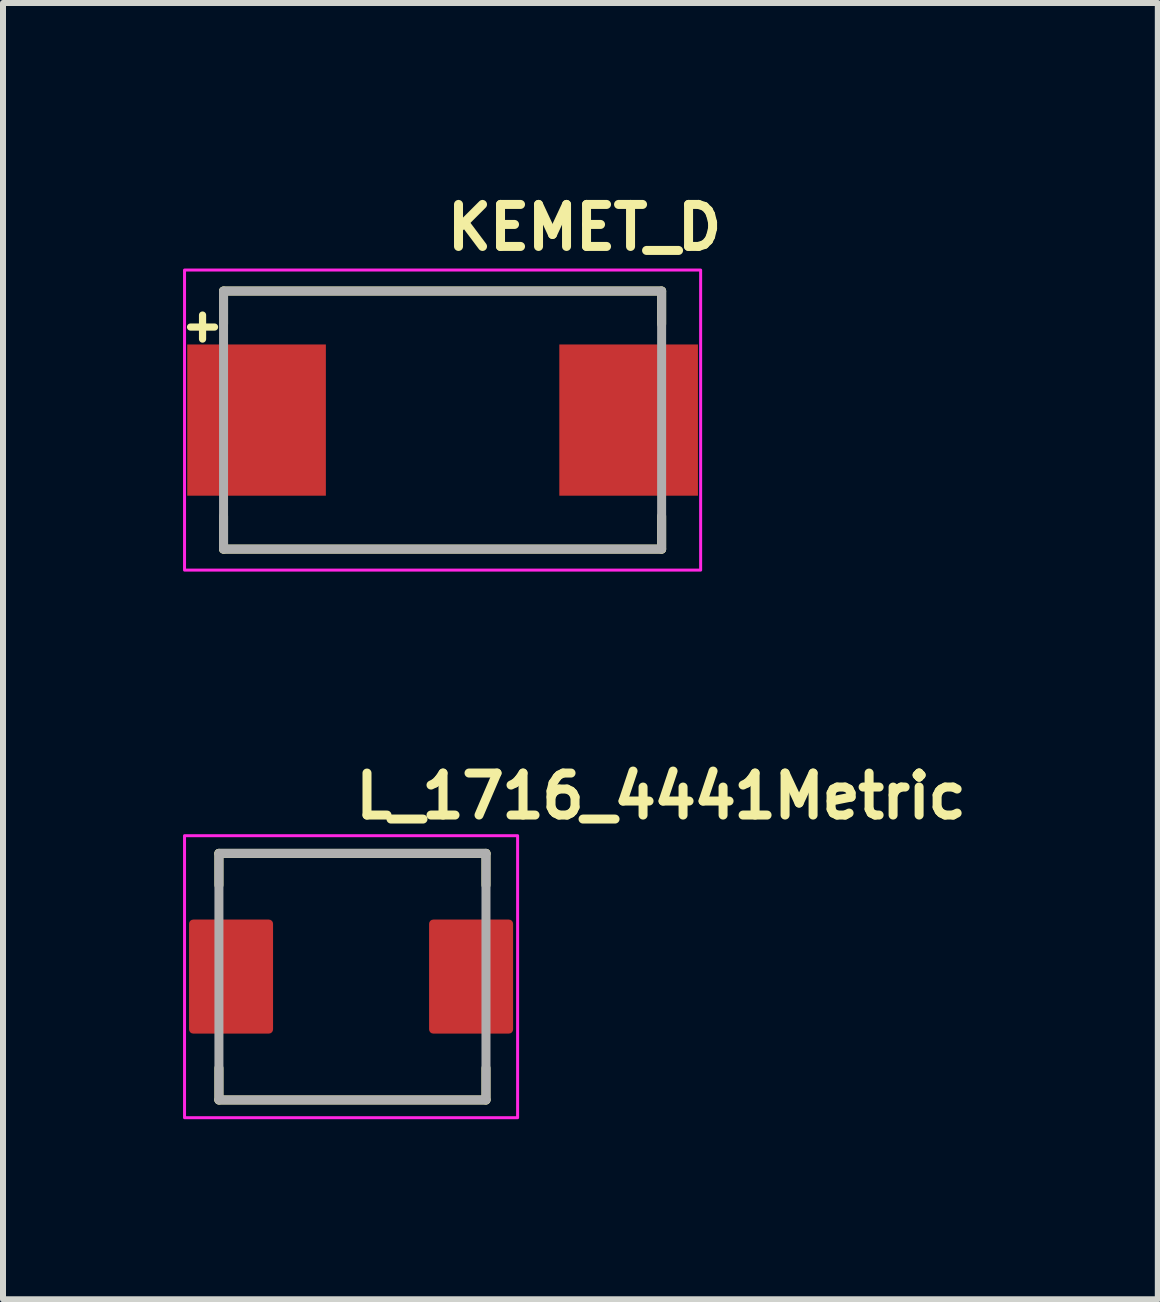
<source format=kicad_pcb>
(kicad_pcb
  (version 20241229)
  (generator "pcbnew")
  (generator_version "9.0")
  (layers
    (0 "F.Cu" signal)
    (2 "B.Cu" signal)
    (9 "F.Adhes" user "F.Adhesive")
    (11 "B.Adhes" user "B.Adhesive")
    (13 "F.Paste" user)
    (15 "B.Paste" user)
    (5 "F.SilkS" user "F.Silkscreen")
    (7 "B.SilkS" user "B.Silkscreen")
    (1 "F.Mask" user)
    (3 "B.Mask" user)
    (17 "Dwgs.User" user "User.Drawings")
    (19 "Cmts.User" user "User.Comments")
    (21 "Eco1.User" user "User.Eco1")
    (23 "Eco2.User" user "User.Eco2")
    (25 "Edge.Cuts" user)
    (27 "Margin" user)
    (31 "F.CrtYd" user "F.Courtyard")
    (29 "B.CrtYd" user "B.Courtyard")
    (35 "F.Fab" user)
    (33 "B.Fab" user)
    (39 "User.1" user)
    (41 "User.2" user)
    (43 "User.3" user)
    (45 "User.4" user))
  (footprint "L_1716_4441Metric"
    (layer "F.Cu")
    (at 2.8 13.225)
    (property "Reference" "L_1716_4441Metric" (at 0 -2.6 0) (layer "F.SilkS") (effects (font (size 0.7 0.7) (thickness 0.15)) (justify left bottom)))
    (attr smd)
    (fp_line (start -2.202 -2.055) (end 2.248 -2.055) (stroke (width 0.15) (type solid)) (layer "F.SilkS"))
    (fp_line (start -2.202 -1.526) (end -2.202 -2.055) (stroke (width 0.15) (type solid)) (layer "F.SilkS"))
    (fp_line (start -2.202 2.054) (end -2.202 1.524) (stroke (width 0.15) (type solid)) (layer "F.SilkS"))
    (fp_line (start -2.202 2.054) (end 2.248 2.054) (stroke (width 0.15) (type solid)) (layer "F.SilkS"))
    (fp_line (start 2.248 -2.055) (end 2.248 -1.526) (stroke (width 0.15) (type solid)) (layer "F.SilkS"))
    (fp_line (start 2.248 2.054) (end 2.248 1.524) (stroke (width 0.15) (type solid)) (layer "F.SilkS"))
    (fp_rect (start -2.775 -2.35) (end 2.775 2.35) (stroke (width 0.05) (type solid)) (fill no) (layer "F.CrtYd"))
    (fp_line (start -2.202 -2.055) (end 2.248 -2.055) (stroke (width 0.15) (type solid)) (layer "F.Fab"))
    (fp_line (start -2.202 2.03) (end -2.202 -2.03) (stroke (width 0.15) (type solid)) (layer "F.Fab"))
    (fp_line (start 2.248 -2.03) (end 2.248 2.03) (stroke (width 0.15) (type solid)) (layer "F.Fab"))
    (fp_line (start 2.248 2.054) (end -2.202 2.054) (stroke (width 0.15) (type solid)) (layer "F.Fab"))
    (fp_rect (start -2.202 -2.101) (end 2.2 2.1) (stroke (width 0.1) (type solid)) (fill no) (layer "User.5"))
    (fp_line (start -2.202 -1.002) (end -2.202 -0.33) (stroke (width 0.02) (type solid)) (layer "User.9"))
    (fp_line (start -2.202 -0.33) (end -2.202 0.058) (stroke (width 0.02) (type solid)) (layer "User.9"))
    (fp_line (start -2.202 -0.33) (end -2.101 -0.33) (stroke (width 0.02) (type solid)) (layer "User.9"))
    (fp_line (start -2.202 0.058) (end -2.202 0.998) (stroke (width 0.02) (type solid)) (layer "User.9"))
    (fp_line (start -2.202 0.998) (end -2.202 0.058) (stroke (width 0.02) (type solid)) (layer "User.9"))
    (fp_line (start -2.202 0.998) (end -2.101 0.998) (stroke (width 0.02) (type solid)) (layer "User.9"))
    (fp_line (start -2.101 -1.815) (end -2.101 -1.801) (stroke (width 0.02) (type solid)) (layer "User.9"))
    (fp_line (start -2.101 -1.002) (end -2.202 -1.002) (stroke (width 0.02) (type solid)) (layer "User.9"))
    (fp_line (start -2.101 0.058) (end -2.202 0.058) (stroke (width 0.02) (type solid)) (layer "User.9"))
    (fp_line (start -2.101 1.8) (end -2.101 -1.801) (stroke (width 0.02) (type solid)) (layer "User.9"))
    (fp_line (start -2.101 1.8) (end -2.101 1.814) (stroke (width 0.02) (type solid)) (layer "User.9"))
    (fp_line (start -2.101 1.814) (end -2.1 1.828) (stroke (width 0.02) (type solid)) (layer "User.9"))
    (fp_line (start -2.1 -1.831) (end -2.101 -1.815) (stroke (width 0.02) (type solid)) (layer "User.9"))
    (fp_line (start -2.1 1.828) (end -2.097 1.844) (stroke (width 0.02) (type solid)) (layer "User.9"))
    (fp_line (start -2.097 -1.845) (end -2.1 -1.831) (stroke (width 0.02) (type solid)) (layer "User.9"))
    (fp_line (start -2.097 1.844) (end -2.096 1.858) (stroke (width 0.02) (type solid)) (layer "User.9"))
    (fp_line (start -2.096 -1.859) (end -2.097 -1.845) (stroke (width 0.02) (type solid)) (layer "User.9"))
    (fp_line (start -2.096 1.858) (end -2.092 1.872) (stroke (width 0.02) (type solid)) (layer "User.9"))
    (fp_line (start -2.092 -1.875) (end -2.096 -1.859) (stroke (width 0.02) (type solid)) (layer "User.9"))
    (fp_line (start -2.092 1.872) (end -2.089 1.886) (stroke (width 0.02) (type solid)) (layer "User.9"))
    (fp_line (start -2.089 -1.889) (end -2.092 -1.875) (stroke (width 0.02) (type solid)) (layer "User.9"))
    (fp_line (start -2.089 1.886) (end -2.084 1.9) (stroke (width 0.02) (type solid)) (layer "User.9"))
    (fp_line (start -2.084 -1.903) (end -2.089 -1.889) (stroke (width 0.02) (type solid)) (layer "User.9"))
    (fp_line (start -2.084 1.9) (end -2.078 1.914) (stroke (width 0.02) (type solid)) (layer "User.9"))
    (fp_line (start -2.078 -1.915) (end -2.084 -1.903) (stroke (width 0.02) (type solid)) (layer "User.9"))
    (fp_line (start -2.078 1.914) (end -2.073 1.927) (stroke (width 0.02) (type solid)) (layer "User.9"))
    (fp_line (start -2.073 -1.93) (end -2.078 -1.915) (stroke (width 0.02) (type solid)) (layer "User.9"))
    (fp_line (start -2.073 1.927) (end -2.065 1.941) (stroke (width 0.02) (type solid)) (layer "User.9"))
    (fp_line (start -2.065 -1.942) (end -2.073 -1.93) (stroke (width 0.02) (type solid)) (layer "User.9"))
    (fp_line (start -2.065 1.941) (end -2.058 1.953) (stroke (width 0.02) (type solid)) (layer "User.9"))
    (fp_line (start -2.058 -1.956) (end -2.065 -1.942) (stroke (width 0.02) (type solid)) (layer "User.9"))
    (fp_line (start -2.058 1.953) (end -2.05 1.965) (stroke (width 0.02) (type solid)) (layer "User.9"))
    (fp_line (start -2.05 -1.968) (end -2.058 -1.956) (stroke (width 0.02) (type solid)) (layer "User.9"))
    (fp_line (start -2.05 1.965) (end -2.043 1.977) (stroke (width 0.02) (type solid)) (layer "User.9"))
    (fp_line (start -2.043 -1.98) (end -2.05 -1.968) (stroke (width 0.02) (type solid)) (layer "User.9"))
    (fp_line (start -2.043 1.977) (end -2.033 1.989) (stroke (width 0.02) (type solid)) (layer "User.9"))
    (fp_line (start -2.033 -1.992) (end -2.043 -1.98) (stroke (width 0.02) (type solid)) (layer "User.9"))
    (fp_line (start -2.033 1.989) (end -2.024 2) (stroke (width 0.02) (type solid)) (layer "User.9"))
    (fp_line (start -2.024 -2.003) (end -2.033 -1.992) (stroke (width 0.02) (type solid)) (layer "User.9"))
    (fp_line (start -2.024 2) (end -2.013 2.011) (stroke (width 0.02) (type solid)) (layer "User.9"))
    (fp_line (start -2.013 -2.013) (end -2.024 -2.003) (stroke (width 0.02) (type solid)) (layer "User.9"))
    (fp_line (start -2.013 -2.013) (end -2.013 -2.013) (stroke (width 0.02) (type solid)) (layer "User.9"))
    (fp_line (start -2.013 2.011) (end -2.013 2.011) (stroke (width 0.02) (type solid)) (layer "User.9"))
    (fp_line (start -2.013 2.011) (end -2.003 2.022) (stroke (width 0.02) (type solid)) (layer "User.9"))
    (fp_line (start -2.003 -2.024) (end -2.013 -2.013) (stroke (width 0.02) (type solid)) (layer "User.9"))
    (fp_line (start -2.003 2.022) (end -1.992 2.031) (stroke (width 0.02) (type solid)) (layer "User.9"))
    (fp_line (start -1.992 -2.033) (end -2.003 -2.024) (stroke (width 0.02) (type solid)) (layer "User.9"))
    (fp_line (start -1.992 2.031) (end -1.98 2.04) (stroke (width 0.02) (type solid)) (layer "User.9"))
    (fp_line (start -1.98 -2.043) (end -1.992 -2.033) (stroke (width 0.02) (type solid)) (layer "User.9"))
    (fp_line (start -1.98 2.04) (end -1.968 2.048) (stroke (width 0.02) (type solid)) (layer "User.9"))
    (fp_line (start -1.968 -2.05) (end -1.98 -2.043) (stroke (width 0.02) (type solid)) (layer "User.9"))
    (fp_line (start -1.968 2.048) (end -1.956 2.056) (stroke (width 0.02) (type solid)) (layer "User.9"))
    (fp_line (start -1.956 -2.058) (end -1.968 -2.05) (stroke (width 0.02) (type solid)) (layer "User.9"))
    (fp_line (start -1.956 2.056) (end -1.942 2.064) (stroke (width 0.02) (type solid)) (layer "User.9"))
    (fp_line (start -1.942 -2.065) (end -1.956 -2.058) (stroke (width 0.02) (type solid)) (layer "User.9"))
    (fp_line (start -1.942 2.064) (end -1.93 2.071) (stroke (width 0.02) (type solid)) (layer "User.9"))
    (fp_line (start -1.93 -2.073) (end -1.942 -2.065) (stroke (width 0.02) (type solid)) (layer "User.9"))
    (fp_line (start -1.93 2.071) (end -1.915 2.076) (stroke (width 0.02) (type solid)) (layer "User.9"))
    (fp_line (start -1.915 -2.078) (end -1.93 -2.073) (stroke (width 0.02) (type solid)) (layer "User.9"))
    (fp_line (start -1.915 2.076) (end -1.903 2.081) (stroke (width 0.02) (type solid)) (layer "User.9"))
    (fp_line (start -1.903 -2.084) (end -1.915 -2.078) (stroke (width 0.02) (type solid)) (layer "User.9"))
    (fp_line (start -1.903 2.081) (end -1.889 2.087) (stroke (width 0.02) (type solid)) (layer "User.9"))
    (fp_line (start -1.889 -2.089) (end -1.903 -2.084) (stroke (width 0.02) (type solid)) (layer "User.9"))
    (fp_line (start -1.889 2.087) (end -1.875 2.089) (stroke (width 0.02) (type solid)) (layer "User.9"))
    (fp_line (start -1.875 -2.092) (end -1.889 -2.089) (stroke (width 0.02) (type solid)) (layer "User.9"))
    (fp_line (start -1.875 2.089) (end -1.859 2.093) (stroke (width 0.02) (type solid)) (layer "User.9"))
    (fp_line (start -1.859 -2.096) (end -1.875 -2.092) (stroke (width 0.02) (type solid)) (layer "User.9"))
    (fp_line (start -1.859 2.093) (end -1.845 2.096) (stroke (width 0.02) (type solid)) (layer "User.9"))
    (fp_line (start -1.845 -2.097) (end -1.859 -2.096) (stroke (width 0.02) (type solid)) (layer "User.9"))
    (fp_line (start -1.845 2.096) (end -1.831 2.097) (stroke (width 0.02) (type solid)) (layer "User.9"))
    (fp_line (start -1.831 -2.1) (end -1.845 -2.097) (stroke (width 0.02) (type solid)) (layer "User.9"))
    (fp_line (start -1.831 2.097) (end -1.815 2.099) (stroke (width 0.02) (type solid)) (layer "User.9"))
    (fp_line (start -1.815 -2.101) (end -1.831 -2.1) (stroke (width 0.02) (type solid)) (layer "User.9"))
    (fp_line (start -1.815 2.099) (end -1.801 2.1) (stroke (width 0.02) (type solid)) (layer "User.9"))
    (fp_line (start -1.801 -2.101) (end -1.815 -2.101) (stroke (width 0.02) (type solid)) (layer "User.9"))
    (fp_line (start -1.801 -2.101) (end 1.798 -2.101) (stroke (width 0.02) (type solid)) (layer "User.9"))
    (fp_line (start 1.798 2.1) (end -1.801 2.1) (stroke (width 0.02) (type solid)) (layer "User.9"))
    (fp_line (start 1.798 2.1) (end 1.814 2.099) (stroke (width 0.02) (type solid)) (layer "User.9"))
    (fp_line (start 1.814 -2.101) (end 1.798 -2.101) (stroke (width 0.02) (type solid)) (layer "User.9"))
    (fp_line (start 1.814 2.099) (end 1.828 2.097) (stroke (width 0.02) (type solid)) (layer "User.9"))
    (fp_line (start 1.828 -2.1) (end 1.814 -2.101) (stroke (width 0.02) (type solid)) (layer "User.9"))
    (fp_line (start 1.828 2.097) (end 1.844 2.096) (stroke (width 0.02) (type solid)) (layer "User.9"))
    (fp_line (start 1.844 -2.097) (end 1.828 -2.1) (stroke (width 0.02) (type solid)) (layer "User.9"))
    (fp_line (start 1.844 2.096) (end 1.858 2.093) (stroke (width 0.02) (type solid)) (layer "User.9"))
    (fp_line (start 1.858 -2.096) (end 1.844 -2.097) (stroke (width 0.02) (type solid)) (layer "User.9"))
    (fp_line (start 1.858 2.093) (end 1.872 2.089) (stroke (width 0.02) (type solid)) (layer "User.9"))
    (fp_line (start 1.872 -2.092) (end 1.858 -2.096) (stroke (width 0.02) (type solid)) (layer "User.9"))
    (fp_line (start 1.872 2.089) (end 1.886 2.087) (stroke (width 0.02) (type solid)) (layer "User.9"))
    (fp_line (start 1.886 -2.089) (end 1.872 -2.092) (stroke (width 0.02) (type solid)) (layer "User.9"))
    (fp_line (start 1.886 2.087) (end 1.9 2.081) (stroke (width 0.02) (type solid)) (layer "User.9"))
    (fp_line (start 1.9 -2.084) (end 1.886 -2.089) (stroke (width 0.02) (type solid)) (layer "User.9"))
    (fp_line (start 1.9 2.081) (end 1.914 2.076) (stroke (width 0.02) (type solid)) (layer "User.9"))
    (fp_line (start 1.914 -2.078) (end 1.9 -2.084) (stroke (width 0.02) (type solid)) (layer "User.9"))
    (fp_line (start 1.914 2.076) (end 1.927 2.071) (stroke (width 0.02) (type solid)) (layer "User.9"))
    (fp_line (start 1.927 -2.073) (end 1.914 -2.078) (stroke (width 0.02) (type solid)) (layer "User.9"))
    (fp_line (start 1.927 2.071) (end 1.941 2.064) (stroke (width 0.02) (type solid)) (layer "User.9"))
    (fp_line (start 1.941 -2.065) (end 1.927 -2.073) (stroke (width 0.02) (type solid)) (layer "User.9"))
    (fp_line (start 1.941 2.064) (end 1.953 2.056) (stroke (width 0.02) (type solid)) (layer "User.9"))
    (fp_line (start 1.953 -2.058) (end 1.941 -2.065) (stroke (width 0.02) (type solid)) (layer "User.9"))
    (fp_line (start 1.953 2.056) (end 1.965 2.048) (stroke (width 0.02) (type solid)) (layer "User.9"))
    (fp_line (start 1.965 -2.05) (end 1.953 -2.058) (stroke (width 0.02) (type solid)) (layer "User.9"))
    (fp_line (start 1.965 2.048) (end 1.977 2.04) (stroke (width 0.02) (type solid)) (layer "User.9"))
    (fp_line (start 1.977 -2.043) (end 1.965 -2.05) (stroke (width 0.02) (type solid)) (layer "User.9"))
    (fp_line (start 1.977 2.04) (end 1.989 2.031) (stroke (width 0.02) (type solid)) (layer "User.9"))
    (fp_line (start 1.989 -2.033) (end 1.977 -2.043) (stroke (width 0.02) (type solid)) (layer "User.9"))
    (fp_line (start 1.989 2.031) (end 2 2.022) (stroke (width 0.02) (type solid)) (layer "User.9"))
    (fp_line (start 2 -2.024) (end 1.989 -2.033) (stroke (width 0.02) (type solid)) (layer "User.9"))
    (fp_line (start 2 2.022) (end 2.011 2.011) (stroke (width 0.02) (type solid)) (layer "User.9"))
    (fp_line (start 2.011 -2.013) (end 2 -2.024) (stroke (width 0.02) (type solid)) (layer "User.9"))
    (fp_line (start 2.011 -2.013) (end 2.011 -2.013) (stroke (width 0.02) (type solid)) (layer "User.9"))
    (fp_line (start 2.011 2.011) (end 2.011 2.011) (stroke (width 0.02) (type solid)) (layer "User.9"))
    (fp_line (start 2.011 2.011) (end 2.022 2) (stroke (width 0.02) (type solid)) (layer "User.9"))
    (fp_line (start 2.022 -2.003) (end 2.011 -2.013) (stroke (width 0.02) (type solid)) (layer "User.9"))
    (fp_line (start 2.022 2) (end 2.031 1.989) (stroke (width 0.02) (type solid)) (layer "User.9"))
    (fp_line (start 2.031 -1.992) (end 2.022 -2.003) (stroke (width 0.02) (type solid)) (layer "User.9"))
    (fp_line (start 2.031 1.989) (end 2.04 1.977) (stroke (width 0.02) (type solid)) (layer "User.9"))
    (fp_line (start 2.04 -1.98) (end 2.031 -1.992) (stroke (width 0.02) (type solid)) (layer "User.9"))
    (fp_line (start 2.04 1.977) (end 2.048 1.965) (stroke (width 0.02) (type solid)) (layer "User.9"))
    (fp_line (start 2.048 -1.968) (end 2.04 -1.98) (stroke (width 0.02) (type solid)) (layer "User.9"))
    (fp_line (start 2.048 1.965) (end 2.056 1.953) (stroke (width 0.02) (type solid)) (layer "User.9"))
    (fp_line (start 2.056 -1.956) (end 2.048 -1.968) (stroke (width 0.02) (type solid)) (layer "User.9"))
    (fp_line (start 2.056 1.953) (end 2.064 1.941) (stroke (width 0.02) (type solid)) (layer "User.9"))
    (fp_line (start 2.064 -1.942) (end 2.056 -1.956) (stroke (width 0.02) (type solid)) (layer "User.9"))
    (fp_line (start 2.064 1.941) (end 2.071 1.927) (stroke (width 0.02) (type solid)) (layer "User.9"))
    (fp_line (start 2.071 -1.93) (end 2.064 -1.942) (stroke (width 0.02) (type solid)) (layer "User.9"))
    (fp_line (start 2.071 1.927) (end 2.076 1.914) (stroke (width 0.02) (type solid)) (layer "User.9"))
    (fp_line (start 2.076 -1.915) (end 2.071 -1.93) (stroke (width 0.02) (type solid)) (layer "User.9"))
    (fp_line (start 2.076 1.914) (end 2.081 1.9) (stroke (width 0.02) (type solid)) (layer "User.9"))
    (fp_line (start 2.081 -1.903) (end 2.076 -1.915) (stroke (width 0.02) (type solid)) (layer "User.9"))
    (fp_line (start 2.081 1.9) (end 2.087 1.886) (stroke (width 0.02) (type solid)) (layer "User.9"))
    (fp_line (start 2.087 -1.889) (end 2.081 -1.903) (stroke (width 0.02) (type solid)) (layer "User.9"))
    (fp_line (start 2.087 1.886) (end 2.089 1.872) (stroke (width 0.02) (type solid)) (layer "User.9"))
    (fp_line (start 2.089 -1.875) (end 2.087 -1.889) (stroke (width 0.02) (type solid)) (layer "User.9"))
    (fp_line (start 2.089 1.872) (end 2.093 1.858) (stroke (width 0.02) (type solid)) (layer "User.9"))
    (fp_line (start 2.093 -1.859) (end 2.089 -1.875) (stroke (width 0.02) (type solid)) (layer "User.9"))
    (fp_line (start 2.093 1.858) (end 2.096 1.844) (stroke (width 0.02) (type solid)) (layer "User.9"))
    (fp_line (start 2.096 -1.845) (end 2.093 -1.859) (stroke (width 0.02) (type solid)) (layer "User.9"))
    (fp_line (start 2.096 1.844) (end 2.097 1.828) (stroke (width 0.02) (type solid)) (layer "User.9"))
    (fp_line (start 2.097 -1.831) (end 2.096 -1.845) (stroke (width 0.02) (type solid)) (layer "User.9"))
    (fp_line (start 2.097 1.828) (end 2.099 1.814) (stroke (width 0.02) (type solid)) (layer "User.9"))
    (fp_line (start 2.099 -1.815) (end 2.097 -1.831) (stroke (width 0.02) (type solid)) (layer "User.9"))
    (fp_line (start 2.099 -1.801) (end 2.099 -1.815) (stroke (width 0.02) (type solid)) (layer "User.9"))
    (fp_line (start 2.099 -1.801) (end 2.099 1.8) (stroke (width 0.02) (type solid)) (layer "User.9"))
    (fp_line (start 2.099 -1.002) (end 2.2 -1.002) (stroke (width 0.02) (type solid)) (layer "User.9"))
    (fp_line (start 2.099 0.058) (end 2.2 0.058) (stroke (width 0.02) (type solid)) (layer "User.9"))
    (fp_line (start 2.099 1.814) (end 2.099 1.8) (stroke (width 0.02) (type solid)) (layer "User.9"))
    (fp_line (start 2.2 -1.002) (end 2.2 -0.33) (stroke (width 0.02) (type solid)) (layer "User.9"))
    (fp_line (start 2.2 -0.33) (end 2.099 -0.33) (stroke (width 0.02) (type solid)) (layer "User.9"))
    (fp_line (start 2.2 -0.33) (end 2.2 0.058) (stroke (width 0.02) (type solid)) (layer "User.9"))
    (fp_line (start 2.2 0.058) (end 2.2 0.998) (stroke (width 0.02) (type solid)) (layer "User.9"))
    (fp_line (start 2.2 0.998) (end 2.099 0.998) (stroke (width 0.02) (type solid)) (layer "User.9"))
    (pad "1" smd roundrect (at -2 -0.002) (size 1.4 1.9) (layers "F.Cu" "F.Mask" "F.Paste") (roundrect_rratio 0.05))
    (pad "2" smd roundrect (at 2 -0.002) (size 1.4 1.9) (layers "F.Cu" "F.Mask" "F.Paste") (roundrect_rratio 0.05)))
  (footprint "KEMET_D"
    (layer "F.Cu")
    (at 4.325 3.95)
    (property "Reference" "KEMET_D" (at 0 -2.8 0) (layer "F.SilkS") (effects (font (size 0.7 0.7) (thickness 0.15)) (justify left bottom)))
    (attr smd)
    (fp_line (start -4.2 -1.55) (end -3.8 -1.55) (stroke (width 0.12) (type solid)) (layer "F.SilkS"))
    (fp_line (start -4 -1.75) (end -4 -1.35) (stroke (width 0.12) (type solid)) (layer "F.SilkS"))
    (fp_line (start -3.65 -2.15) (end 3.65 -2.15) (stroke (width 0.15) (type solid)) (layer "F.SilkS"))
    (fp_line (start -3.65 -1.6) (end -3.65 -2.15) (stroke (width 0.15) (type solid)) (layer "F.SilkS"))
    (fp_line (start -3.65 1.6) (end -3.65 2.15) (stroke (width 0.15) (type solid)) (layer "F.SilkS"))
    (fp_line (start -3.65 2.15) (end 3.65 2.15) (stroke (width 0.15) (type solid)) (layer "F.SilkS"))
    (fp_line (start 3.65 -2.15) (end 3.65 -1.6) (stroke (width 0.15) (type solid)) (layer "F.SilkS"))
    (fp_line (start 3.65 2.15) (end 3.65 1.6) (stroke (width 0.15) (type solid)) (layer "F.SilkS"))
    (fp_rect (start -4.3 -2.5) (end 4.3 2.5) (stroke (width 0.05) (type solid)) (fill no) (layer "F.CrtYd"))
    (fp_rect (start -3.65 -2.15) (end 3.65 2.15) (stroke (width 0.15) (type solid)) (fill no) (layer "F.Fab"))
    (fp_rect (start -3.65 -2.15) (end 3.65 2.15) (stroke (width 0.1) (type solid)) (fill no) (layer "User.5"))
    (fp_line (start -3.65 1.199) (end -3.65 -1.2) (stroke (width 0.02) (type solid)) (layer "User.9"))
    (fp_line (start -3.519 -2.149) (end -3.519 2.148) (stroke (width 0.02) (type solid)) (layer "User.9"))
    (fp_line (start -3.519 -1.2) (end -3.65 -1.2) (stroke (width 0.02) (type solid)) (layer "User.9"))
    (fp_line (start -3.519 1.199) (end -3.65 1.199) (stroke (width 0.02) (type solid)) (layer "User.9"))
    (fp_line (start -3.519 1.199) (end -3.519 -1.2) (stroke (width 0.02) (type solid)) (layer "User.9"))
    (fp_line (start -3.519 2.148) (end 3.519 2.148) (stroke (width 0.02) (type solid)) (layer "User.9"))
    (fp_line (start -3.333 -1.964) (end -3.519 -2.149) (stroke (width 0.02) (type solid)) (layer "User.9"))
    (fp_line (start -3.333 -1.964) (end -3.333 1.961) (stroke (width 0.02) (type solid)) (layer "User.9"))
    (fp_line (start -3.333 1.961) (end -3.519 2.148) (stroke (width 0.02) (type solid)) (layer "User.9"))
    (fp_line (start -3.333 1.961) (end 3.333 1.961) (stroke (width 0.02) (type solid)) (layer "User.9"))
    (fp_line (start -3.089 -1.8) (end -3.089 -0.14) (stroke (width 0.02) (type solid)) (layer "User.9"))
    (fp_line (start -3.089 0.14) (end -3.089 1.8) (stroke (width 0.02) (type solid)) (layer "User.9"))
    (fp_line (start -3.089 1.8) (end -2.589 1.8) (stroke (width 0.02) (type solid)) (layer "User.9"))
    (fp_line (start -2.589 -1.8) (end -3.089 -1.8) (stroke (width 0.02) (type solid)) (layer "User.9"))
    (fp_line (start -2.589 -0.14) (end -2.589 -1.8) (stroke (width 0.02) (type solid)) (layer "User.9"))
    (fp_line (start -2.589 1.8) (end -2.589 0.14) (stroke (width 0.02) (type solid)) (layer "User.9"))
    (fp_line (start 3.333 -1.964) (end -3.333 -1.964) (stroke (width 0.02) (type solid)) (layer "User.9"))
    (fp_line (start 3.333 -1.964) (end 3.519 -2.149) (stroke (width 0.02) (type solid)) (layer "User.9"))
    (fp_line (start 3.333 1.961) (end 3.333 -1.964) (stroke (width 0.02) (type solid)) (layer "User.9"))
    (fp_line (start 3.333 1.961) (end 3.519 2.148) (stroke (width 0.02) (type solid)) (layer "User.9"))
    (fp_line (start 3.519 -2.149) (end -3.519 -2.149) (stroke (width 0.02) (type solid)) (layer "User.9"))
    (fp_line (start 3.519 -1.2) (end 3.649 -1.2) (stroke (width 0.02) (type solid)) (layer "User.9"))
    (fp_line (start 3.519 1.199) (end 3.519 -1.2) (stroke (width 0.02) (type solid)) (layer "User.9"))
    (fp_line (start 3.519 1.199) (end 3.649 1.199) (stroke (width 0.02) (type solid)) (layer "User.9"))
    (fp_line (start 3.519 2.148) (end 3.519 -2.149) (stroke (width 0.02) (type solid)) (layer "User.9"))
    (fp_line (start 3.649 1.199) (end 3.649 -1.2) (stroke (width 0.02) (type solid)) (layer "User.9"))
    (fp_arc (start -3.089 -0.14) (mid -2.839 -0.234) (end -2.589 -0.14) (stroke (width 0.02) (type solid)) (layer "User.9"))
    (fp_arc (start -2.589 0.14) (mid -2.839 0.235) (end -3.089 0.14) (stroke (width 0.02) (type solid)) (layer "User.9"))
    (pad "1" smd rect (at -3.1 0) (size 2.31 2.52) (layers "F.Cu" "F.Mask" "F.Paste"))
    (pad "2" smd rect (at 3.1 0) (size 2.31 2.52) (layers "F.Cu" "F.Mask" "F.Paste")))
  (gr_rect
    (start -3 -3)
    (end 16.243 18.6)
    (stroke (width 0.1) (type default))
    (fill no)
    (layer "Edge.Cuts")))
</source>
